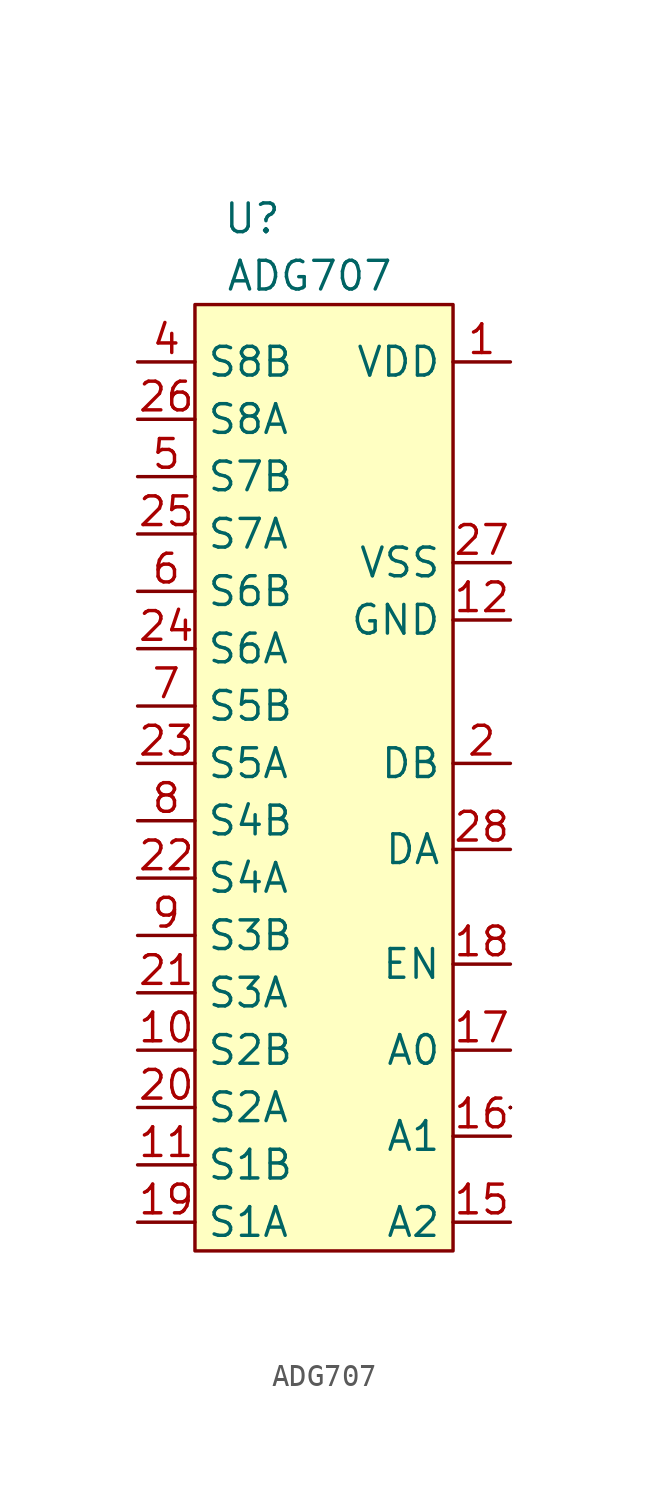
<source format=kicad_sym>
(kicad_symbol_lib
  (version 20211014)
  (generator kicad_symbol_editor)
  (symbol "ADG707"
    (property "Reference" "U"
      (at -8.89 35.56 0)
      (effects (font (size 1.27 1.27))))
    (property "Value" "ADG707"
      (at -6.35 33.02 0)
      (effects (font (size 1.27 1.27))))
    (symbol "ADG707_0_1"
      (rectangle (start -11.43 31.75) (end 0 -10.16) (stroke (width 0) (type default) (color 0 0 0 0)) (fill (type background)))
      (rectangle (start 2.54 -3.81) (end 2.54 -3.81) (stroke (width 0) (type default) (color 0 0 0 0)) (fill (type none)))
      (rectangle (start 2.54 -3.81) (end 2.54 -3.81) (stroke (width 0) (type default) (color 0 0 0 0)) (fill (type none)))
      (rectangle (start 2.54 -3.81) (end 2.54 -3.81) (stroke (width 0) (type default) (color 0 0 0 0)) (fill (type none)))
      (rectangle (start 2.54 -3.81) (end 2.54 -3.81) (stroke (width 0) (type default) (color 0 0 0 0)) (fill (type none))))
    (symbol "ADG707_1_1"
      (pin input line (at 2.54 29.21 180) (length 2.54) (name "VDD" (effects (font (size 1.27 1.27)))) (number "1" (effects (font (size 1.27 1.27)))))
      (pin input line (at -13.97 -1.27 0) (length 2.54) (name "S2B" (effects (font (size 1.27 1.27)))) (number "10" (effects (font (size 1.27 1.27)))))
      (pin input line (at -13.97 -6.35 0) (length 2.54) (name "S1B" (effects (font (size 1.27 1.27)))) (number "11" (effects (font (size 1.27 1.27)))))
      (pin input line (at 2.54 17.78 180) (length 2.54) (name "GND" (effects (font (size 1.27 1.27)))) (number "12" (effects (font (size 1.27 1.27)))))
      (pin input line (at 2.54 -8.89 180) (length 2.54) (name "A2" (effects (font (size 1.27 1.27)))) (number "15" (effects (font (size 1.27 1.27)))))
      (pin input line (at 2.54 -5.08 180) (length 2.54) (name "A1" (effects (font (size 1.27 1.27)))) (number "16" (effects (font (size 1.27 1.27)))))
      (pin input line (at 2.54 -1.27 180) (length 2.54) (name "A0" (effects (font (size 1.27 1.27)))) (number "17" (effects (font (size 1.27 1.27)))))
      (pin input line (at 2.54 2.54 180) (length 2.54) (name "EN" (effects (font (size 1.27 1.27)))) (number "18" (effects (font (size 1.27 1.27)))))
      (pin input line (at -13.97 -8.89 0) (length 2.54) (name "S1A" (effects (font (size 1.27 1.27)))) (number "19" (effects (font (size 1.27 1.27)))))
      (pin input line (at 2.54 11.43 180) (length 2.54) (name "DB" (effects (font (size 1.27 1.27)))) (number "2" (effects (font (size 1.27 1.27)))))
      (pin input line (at -13.97 -3.81 0) (length 2.54) (name "S2A" (effects (font (size 1.27 1.27)))) (number "20" (effects (font (size 1.27 1.27)))))
      (pin input line (at -13.97 1.27 0) (length 2.54) (name "S3A" (effects (font (size 1.27 1.27)))) (number "21" (effects (font (size 1.27 1.27)))))
      (pin input line (at -13.97 6.35 0) (length 2.54) (name "S4A" (effects (font (size 1.27 1.27)))) (number "22" (effects (font (size 1.27 1.27)))))
      (pin input line (at -13.97 11.43 0) (length 2.54) (name "S5A" (effects (font (size 1.27 1.27)))) (number "23" (effects (font (size 1.27 1.27)))))
      (pin input line (at -13.97 16.51 0) (length 2.54) (name "S6A" (effects (font (size 1.27 1.27)))) (number "24" (effects (font (size 1.27 1.27)))))
      (pin input line (at -13.97 21.59 0) (length 2.54) (name "S7A" (effects (font (size 1.27 1.27)))) (number "25" (effects (font (size 1.27 1.27)))))
      (pin input line (at -13.97 26.67 0) (length 2.54) (name "S8A" (effects (font (size 1.27 1.27)))) (number "26" (effects (font (size 1.27 1.27)))))
      (pin input line (at 2.54 20.32 180) (length 2.54) (name "VSS" (effects (font (size 1.27 1.27)))) (number "27" (effects (font (size 1.27 1.27)))))
      (pin input line (at 2.54 7.62 180) (length 2.54) (name "DA" (effects (font (size 1.27 1.27)))) (number "28" (effects (font (size 1.27 1.27)))))
      (pin input line (at -13.97 29.21 0) (length 2.54) (name "S8B" (effects (font (size 1.27 1.27)))) (number "4" (effects (font (size 1.27 1.27)))))
      (pin input line (at -13.97 24.13 0) (length 2.54) (name "S7B" (effects (font (size 1.27 1.27)))) (number "5" (effects (font (size 1.27 1.27)))))
      (pin input line (at -13.97 19.05 0) (length 2.54) (name "S6B" (effects (font (size 1.27 1.27)))) (number "6" (effects (font (size 1.27 1.27)))))
      (pin input line (at -13.97 13.97 0) (length 2.54) (name "S5B" (effects (font (size 1.27 1.27)))) (number "7" (effects (font (size 1.27 1.27)))))
      (pin input line (at -13.97 8.89 0) (length 2.54) (name "S4B" (effects (font (size 1.27 1.27)))) (number "8" (effects (font (size 1.27 1.27)))))
      (pin input line (at -13.97 3.81 0) (length 2.54) (name "S3B" (effects (font (size 1.27 1.27)))) (number "9" (effects (font (size 1.27 1.27))))))))
</source>
